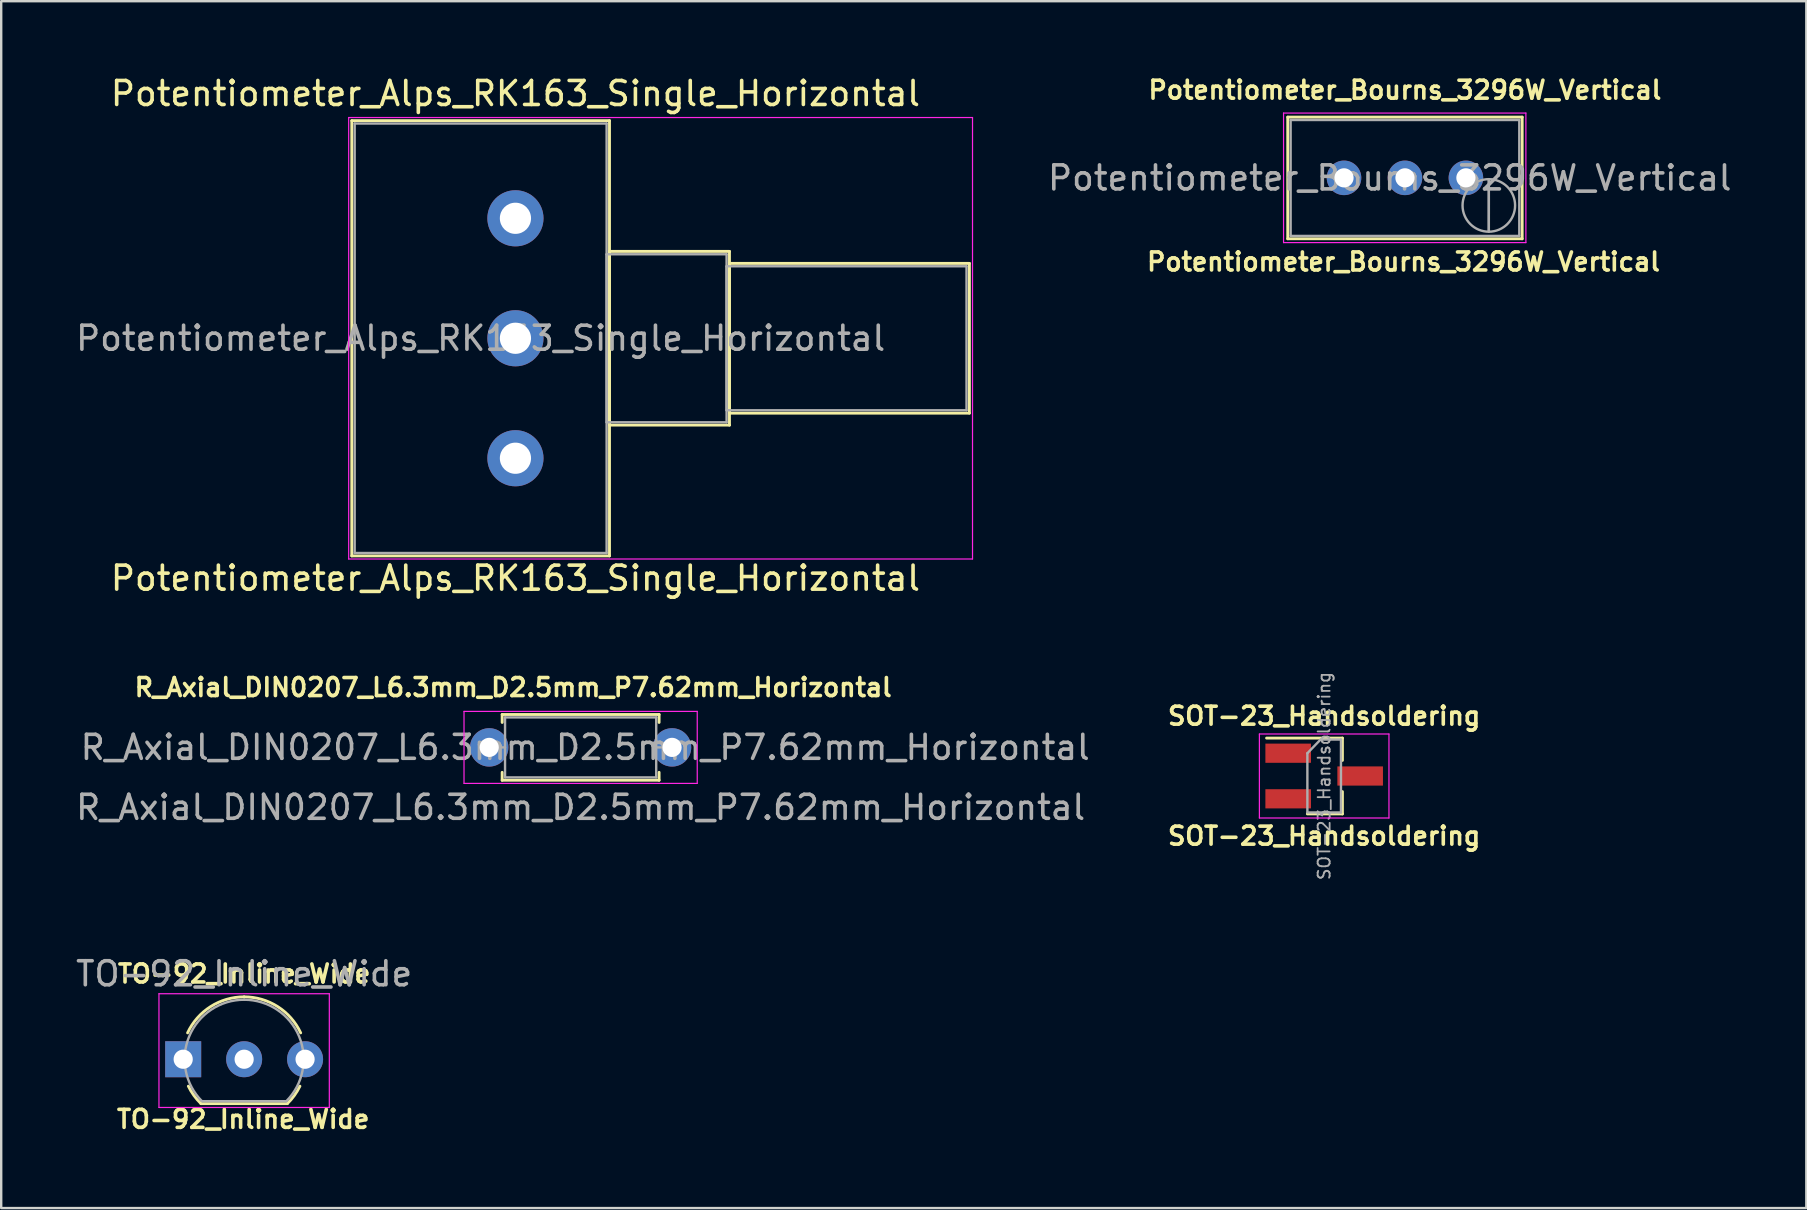
<source format=kicad_pcb>
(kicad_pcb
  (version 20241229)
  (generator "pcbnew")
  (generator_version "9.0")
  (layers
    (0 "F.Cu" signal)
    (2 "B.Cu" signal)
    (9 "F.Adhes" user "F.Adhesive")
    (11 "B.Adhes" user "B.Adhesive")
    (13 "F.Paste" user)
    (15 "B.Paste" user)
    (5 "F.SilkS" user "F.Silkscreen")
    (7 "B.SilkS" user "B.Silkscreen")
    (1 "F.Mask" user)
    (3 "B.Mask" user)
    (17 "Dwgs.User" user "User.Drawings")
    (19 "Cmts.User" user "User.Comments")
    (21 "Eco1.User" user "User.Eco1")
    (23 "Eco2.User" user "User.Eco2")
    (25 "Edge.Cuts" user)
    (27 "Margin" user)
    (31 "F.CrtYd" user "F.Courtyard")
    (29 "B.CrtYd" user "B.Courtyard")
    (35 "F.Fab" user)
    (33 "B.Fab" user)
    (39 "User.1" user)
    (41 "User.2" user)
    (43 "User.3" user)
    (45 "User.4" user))
  (footprint "R_Axial_DIN0207_L6.3mm_D2.5mm_P7.62mm_Horizontal"
    (layer "F.Cu")
    (at 17.339 28.099)
    (property "Reference" "R_Axial_DIN0207_L6.3mm_D2.5mm_P7.62mm_Horizontal" (at 1 -2.5 0) (layer "F.SilkS") (effects (font (size 0.75 0.75) (thickness 0.15))))
    (property "Value" "R_Axial_DIN0207_L6.3mm_D2.5mm_P7.62mm_Horizontal" (at 7 -2.5 0) (layer "F.SilkS") (hide yes) (effects (font (size 0.75 0.75) (thickness 0.15))))
    (attr through_hole)
    (fp_line (start 0.54 -1.37) (end 7.08 -1.37) (stroke (width 0.12) (type solid)) (layer "F.SilkS"))
    (fp_line (start 0.54 -1.04) (end 0.54 -1.37) (stroke (width 0.12) (type solid)) (layer "F.SilkS"))
    (fp_line (start 0.54 1.04) (end 0.54 1.37) (stroke (width 0.12) (type solid)) (layer "F.SilkS"))
    (fp_line (start 0.54 1.37) (end 7.08 1.37) (stroke (width 0.12) (type solid)) (layer "F.SilkS"))
    (fp_line (start 7.08 -1.37) (end 7.08 -1.04) (stroke (width 0.12) (type solid)) (layer "F.SilkS"))
    (fp_line (start 7.08 1.37) (end 7.08 1.04) (stroke (width 0.12) (type solid)) (layer "F.SilkS"))
    (fp_line (start -1.05 -1.5) (end -1.05 1.5) (stroke (width 0.05) (type solid)) (layer "F.CrtYd"))
    (fp_line (start -1.05 1.5) (end 8.67 1.5) (stroke (width 0.05) (type solid)) (layer "F.CrtYd"))
    (fp_line (start 8.67 -1.5) (end -1.05 -1.5) (stroke (width 0.05) (type solid)) (layer "F.CrtYd"))
    (fp_line (start 8.67 1.5) (end 8.67 -1.5) (stroke (width 0.05) (type solid)) (layer "F.CrtYd"))
    (fp_line (start 0 0) (end 0.66 0) (stroke (width 0.1) (type solid)) (layer "F.Fab"))
    (fp_line (start 0.66 -1.25) (end 0.66 1.25) (stroke (width 0.1) (type solid)) (layer "F.Fab"))
    (fp_line (start 0.66 1.25) (end 6.96 1.25) (stroke (width 0.1) (type solid)) (layer "F.Fab"))
    (fp_line (start 6.96 -1.25) (end 0.66 -1.25) (stroke (width 0.1) (type solid)) (layer "F.Fab"))
    (fp_line (start 6.96 1.25) (end 6.96 -1.25) (stroke (width 0.1) (type solid)) (layer "F.Fab"))
    (fp_line (start 7.62 0) (end 6.96 0) (stroke (width 0.1) (type solid)) (layer "F.Fab"))
    (fp_text user "${VALUE}" (at 4 0 0) (layer "F.Fab") (effects (font (size 1 1) (thickness 0.15))))
    (fp_text user "${REFERENCE}" (at 3.81 2.5 0) (layer "F.Fab") (effects (font (size 1 1) (thickness 0.15))))
    (pad "1" thru_hole circle (at 0 0) (size 1.6 1.6) (drill 0.8) (layers "*.Cu" "*.Mask"))
    (pad "2" thru_hole oval (at 7.62 0) (size 1.6 1.6) (drill 0.8) (layers "*.Cu" "*.Mask")))
  (footprint "Potentiometer_Alps_RK163_Single_Horizontal"
    (layer "F.Cu")
    (at 18.432 16.048)
    (property "Reference" "Potentiometer_Alps_RK163_Single_Horizontal" (at 0 -15.2 0) (layer "F.SilkS") (effects (font (size 1 1) (thickness 0.15))))
    (property "Value" "Potentiometer_Alps_RK163_Single_Horizontal" (at 0 5.2 0) (layer "F.Fab") (hide yes) (effects (font (size 1 1) (thickness 0.15))))
    (attr through_hole)
    (fp_line (start -6.82 -14.07) (end -6.82 4.07) (stroke (width 0.12) (type solid)) (layer "F.SilkS"))
    (fp_line (start -6.82 -14.07) (end 3.92 -14.07) (stroke (width 0.12) (type solid)) (layer "F.SilkS"))
    (fp_line (start -6.82 4.07) (end 3.92 4.07) (stroke (width 0.12) (type solid)) (layer "F.SilkS"))
    (fp_line (start 3.92 -14.07) (end 3.92 4.07) (stroke (width 0.12) (type solid)) (layer "F.SilkS"))
    (fp_line (start 3.92 -8.62) (end 3.92 -1.38) (stroke (width 0.12) (type solid)) (layer "F.SilkS"))
    (fp_line (start 3.92 -8.62) (end 8.92 -8.62) (stroke (width 0.12) (type solid)) (layer "F.SilkS"))
    (fp_line (start 3.92 -1.38) (end 8.92 -1.38) (stroke (width 0.12) (type solid)) (layer "F.SilkS"))
    (fp_line (start 8.92 -8.62) (end 8.92 -1.38) (stroke (width 0.12) (type solid)) (layer "F.SilkS"))
    (fp_line (start 8.92 -8.12) (end 8.92 -1.879) (stroke (width 0.12) (type solid)) (layer "F.SilkS"))
    (fp_line (start 8.92 -8.12) (end 18.92 -8.12) (stroke (width 0.12) (type solid)) (layer "F.SilkS"))
    (fp_line (start 8.92 -1.879) (end 18.92 -1.879) (stroke (width 0.12) (type solid)) (layer "F.SilkS"))
    (fp_line (start 18.92 -8.12) (end 18.92 -1.879) (stroke (width 0.12) (type solid)) (layer "F.SilkS"))
    (fp_line (start -6.95 -14.2) (end -6.95 4.2) (stroke (width 0.05) (type solid)) (layer "F.CrtYd"))
    (fp_line (start -6.95 4.2) (end 19.05 4.2) (stroke (width 0.05) (type solid)) (layer "F.CrtYd"))
    (fp_line (start 19.05 -14.2) (end -6.95 -14.2) (stroke (width 0.05) (type solid)) (layer "F.CrtYd"))
    (fp_line (start 19.05 4.2) (end 19.05 -14.2) (stroke (width 0.05) (type solid)) (layer "F.CrtYd"))
    (fp_line (start -6.7 -13.95) (end -6.7 3.95) (stroke (width 0.1) (type solid)) (layer "F.Fab"))
    (fp_line (start -6.7 3.95) (end 3.8 3.95) (stroke (width 0.1) (type solid)) (layer "F.Fab"))
    (fp_line (start 3.8 -13.95) (end -6.7 -13.95) (stroke (width 0.1) (type solid)) (layer "F.Fab"))
    (fp_line (start 3.8 -8.5) (end 3.8 -1.5) (stroke (width 0.1) (type solid)) (layer "F.Fab"))
    (fp_line (start 3.8 -1.5) (end 8.8 -1.5) (stroke (width 0.1) (type solid)) (layer "F.Fab"))
    (fp_line (start 3.8 3.95) (end 3.8 -13.95) (stroke (width 0.1) (type solid)) (layer "F.Fab"))
    (fp_line (start 8.8 -8.5) (end 3.8 -8.5) (stroke (width 0.1) (type solid)) (layer "F.Fab"))
    (fp_line (start 8.8 -8) (end 8.8 -2) (stroke (width 0.1) (type solid)) (layer "F.Fab"))
    (fp_line (start 8.8 -2) (end 18.8 -2) (stroke (width 0.1) (type solid)) (layer "F.Fab"))
    (fp_line (start 8.8 -1.5) (end 8.8 -8.5) (stroke (width 0.1) (type solid)) (layer "F.Fab"))
    (fp_line (start 18.8 -8) (end 8.8 -8) (stroke (width 0.1) (type solid)) (layer "F.Fab"))
    (fp_line (start 18.8 -2) (end 18.8 -8) (stroke (width 0.1) (type solid)) (layer "F.Fab"))
    (fp_text user "${VALUE}" (at 0 5 0) (layer "F.SilkS") (effects (font (size 1 1) (thickness 0.15))))
    (fp_text user "${REFERENCE}" (at -1.45 -5 0) (layer "F.Fab") (effects (font (size 1 1) (thickness 0.15))))
    (pad "1" thru_hole circle (at 0 0) (size 2.34 2.34) (drill 1.3) (layers "*.Cu" "*.Mask"))
    (pad "2" thru_hole circle (at 0 -5) (size 2.34 2.34) (drill 1.3) (layers "*.Cu" "*.Mask"))
    (pad "3" thru_hole circle (at 0 -10) (size 2.34 2.34) (drill 1.3) (layers "*.Cu" "*.Mask")))
  (footprint "Potentiometer_Bourns_3296W_Vertical"
    (layer "F.Cu")
    (at 55.505 4.362)
    (property "Reference" "Potentiometer_Bourns_3296W_Vertical" (at 0 -3.66 0) (layer "F.SilkS") (effects (font (size 0.75 0.75) (thickness 0.15))))
    (property "Value" "Potentiometer_Bourns_3296W_Vertical" (at 0 3.67 0) (layer "F.Fab") (hide yes) (effects (font (size 1 1) (thickness 0.15))))
    (attr through_hole)
    (fp_line (start -4.885 -2.53) (end -4.885 2.54) (stroke (width 0.12) (type solid)) (layer "F.SilkS"))
    (fp_line (start -4.885 -2.53) (end 4.885 -2.53) (stroke (width 0.12) (type solid)) (layer "F.SilkS"))
    (fp_line (start -4.885 2.54) (end 4.885 2.54) (stroke (width 0.12) (type solid)) (layer "F.SilkS"))
    (fp_line (start 4.885 -2.53) (end 4.885 2.54) (stroke (width 0.12) (type solid)) (layer "F.SilkS"))
    (fp_line (start -5.06 -2.7) (end -5.06 2.7) (stroke (width 0.05) (type solid)) (layer "F.CrtYd"))
    (fp_line (start -5.06 2.7) (end 5.04 2.7) (stroke (width 0.05) (type solid)) (layer "F.CrtYd"))
    (fp_line (start 5.04 -2.7) (end -5.06 -2.7) (stroke (width 0.05) (type solid)) (layer "F.CrtYd"))
    (fp_line (start 5.04 2.7) (end 5.04 -2.7) (stroke (width 0.05) (type solid)) (layer "F.CrtYd"))
    (fp_line (start -4.765 -2.41) (end -4.765 2.42) (stroke (width 0.1) (type solid)) (layer "F.Fab"))
    (fp_line (start -4.765 2.42) (end 4.765 2.42) (stroke (width 0.1) (type solid)) (layer "F.Fab"))
    (fp_line (start 3.495 2.235) (end 3.496 0.066) (stroke (width 0.1) (type solid)) (layer "F.Fab"))
    (fp_line (start 3.495 2.235) (end 3.496 0.066) (stroke (width 0.1) (type solid)) (layer "F.Fab"))
    (fp_line (start 4.765 -2.41) (end -4.765 -2.41) (stroke (width 0.1) (type solid)) (layer "F.Fab"))
    (fp_line (start 4.765 2.42) (end 4.765 -2.41) (stroke (width 0.1) (type solid)) (layer "F.Fab"))
    (fp_circle (center 3.495 1.15) (end 4.59 1.15) (stroke (width 0.1) (type solid)) (fill no) (layer "F.Fab"))
    (fp_text user "${VALUE}" (at -0.06 3.5 0) (layer "F.SilkS") (effects (font (size 0.75 0.75) (thickness 0.15))))
    (fp_text user "${REFERENCE}" (at -0.635 0.005 0) (layer "F.Fab") (effects (font (size 1 1) (thickness 0.15))))
    (pad "1" thru_hole circle (at 2.54 0) (size 1.44 1.44) (drill 0.8) (layers "*.Cu" "*.Mask"))
    (pad "2" thru_hole circle (at 0 0) (size 1.44 1.44) (drill 0.8) (layers "*.Cu" "*.Mask"))
    (pad "3" thru_hole circle (at -2.54 0) (size 1.44 1.44) (drill 0.8) (layers "*.Cu" "*.Mask")))
  (footprint "SOT-23_Handsoldering"
    (layer "F.Cu")
    (at 52.138 29.292)
    (property "Reference" "SOT-23_Handsoldering" (at 0 -2.5 0) (layer "F.SilkS") (effects (font (size 0.75 0.75) (thickness 0.15))))
    (property "Value" "SOT-23_Handsoldering" (at 0 2.5 0) (layer "F.Fab") (hide yes) (effects (font (size 1 1) (thickness 0.15))))
    (attr smd)
    (fp_line (start 0.76 -1.58) (end -2.4 -1.58) (stroke (width 0.12) (type solid)) (layer "F.SilkS"))
    (fp_line (start 0.76 -1.58) (end 0.76 -0.65) (stroke (width 0.12) (type solid)) (layer "F.SilkS"))
    (fp_line (start 0.76 1.58) (end -0.7 1.58) (stroke (width 0.12) (type solid)) (layer "F.SilkS"))
    (fp_line (start 0.76 1.58) (end 0.76 0.65) (stroke (width 0.12) (type solid)) (layer "F.SilkS"))
    (fp_line (start -2.7 -1.75) (end 2.7 -1.75) (stroke (width 0.05) (type solid)) (layer "F.CrtYd"))
    (fp_line (start -2.7 1.75) (end -2.7 -1.75) (stroke (width 0.05) (type solid)) (layer "F.CrtYd"))
    (fp_line (start 2.7 -1.75) (end 2.7 1.75) (stroke (width 0.05) (type solid)) (layer "F.CrtYd"))
    (fp_line (start 2.7 1.75) (end -2.7 1.75) (stroke (width 0.05) (type solid)) (layer "F.CrtYd"))
    (fp_line (start -0.7 -0.95) (end -0.7 1.5) (stroke (width 0.1) (type solid)) (layer "F.Fab"))
    (fp_line (start -0.7 -0.95) (end -0.15 -1.52) (stroke (width 0.1) (type solid)) (layer "F.Fab"))
    (fp_line (start -0.7 1.52) (end 0.7 1.52) (stroke (width 0.1) (type solid)) (layer "F.Fab"))
    (fp_line (start -0.15 -1.52) (end 0.7 -1.52) (stroke (width 0.1) (type solid)) (layer "F.Fab"))
    (fp_line (start 0.7 -1.52) (end 0.7 1.52) (stroke (width 0.1) (type solid)) (layer "F.Fab"))
    (fp_text user "${VALUE}" (at 0 2.5 0) (layer "F.SilkS") (effects (font (size 0.75 0.75) (thickness 0.15))))
    (fp_text user "${REFERENCE}" (at 0 0 90) (layer "F.Fab") (effects (font (size 0.5 0.5) (thickness 0.075))))
    (pad "1" smd rect (at -1.5 -0.95) (size 1.9 0.8) (layers "F.Cu" "F.Mask" "F.Paste"))
    (pad "2" smd rect (at -1.5 0.95) (size 1.9 0.8) (layers "F.Cu" "F.Mask" "F.Paste"))
    (pad "3" smd rect (at 1.5 0) (size 1.9 0.8) (layers "F.Cu" "F.Mask" "F.Paste")))
  (footprint "TO-92_Inline_Wide"
    (layer "F.Cu")
    (at 4.585 41.096)
    (property "Reference" "TO-92_Inline_Wide" (at 2.54 -3.56 0) (layer "F.SilkS") (effects (font (size 0.75 0.75) (thickness 0.15))))
    (property "Value" "TO-92_Inline_Wide" (at 2.54 2.79 0) (layer "F.Fab") (hide yes) (effects (font (size 1 1) (thickness 0.15))))
    (attr through_hole)
    (fp_line (start 0.74 1.85) (end 4.34 1.85) (stroke (width 0.12) (type solid)) (layer "F.SilkS"))
    (fp_arc (start 0.1836 -1.098807) (mid 1.143021 -2.192817) (end 2.54 -2.6) (stroke (width 0.12) (type solid)) (layer "F.SilkS"))
    (fp_arc (start 0.74 1.85) (mid 0.446097 1.509328) (end 0.215816 1.122795) (stroke (width 0.12) (type solid)) (layer "F.SilkS"))
    (fp_arc (start 2.54 -2.6) (mid 3.936979 -2.192818) (end 4.8964 -1.098807) (stroke (width 0.12) (type solid)) (layer "F.SilkS"))
    (fp_arc (start 4.864184 1.122795) (mid 4.633903 1.509328) (end 4.34 1.85) (stroke (width 0.12) (type solid)) (layer "F.SilkS"))
    (fp_line (start -1.01 -2.73) (end -1.01 2.01) (stroke (width 0.05) (type solid)) (layer "F.CrtYd"))
    (fp_line (start -1.01 -2.73) (end 6.09 -2.73) (stroke (width 0.05) (type solid)) (layer "F.CrtYd"))
    (fp_line (start 6.09 2.01) (end -1.01 2.01) (stroke (width 0.05) (type solid)) (layer "F.CrtYd"))
    (fp_line (start 6.09 2.01) (end 6.09 -2.73) (stroke (width 0.05) (type solid)) (layer "F.CrtYd"))
    (fp_line (start 0.8 1.75) (end 4.3 1.75) (stroke (width 0.1) (type solid)) (layer "F.Fab"))
    (fp_arc (start 0.786375 1.753625) (mid 0.248779 -0.949055) (end 2.54 -2.48) (stroke (width 0.1) (type solid)) (layer "F.Fab"))
    (fp_arc (start 2.54 -2.48) (mid 4.831221 -0.949055) (end 4.293625 1.753625) (stroke (width 0.1) (type solid)) (layer "F.Fab"))
    (fp_text user "${VALUE}" (at 2.5 2.5 0) (layer "F.SilkS") (effects (font (size 0.75 0.75) (thickness 0.15))))
    (fp_text user "${REFERENCE}" (at 2.54 -3.56 0) (layer "F.Fab") (effects (font (size 1 1) (thickness 0.15))))
    (pad "1" thru_hole rect (at 0 0 90) (size 1.5 1.5) (drill 0.8) (layers "*.Cu" "*.Mask"))
    (pad "2" thru_hole circle (at 2.54 0 90) (size 1.5 1.5) (drill 0.8) (layers "*.Cu" "*.Mask"))
    (pad "3" thru_hole circle (at 5.08 0 90) (size 1.5 1.5) (drill 0.8) (layers "*.Cu" "*.Mask")))
  (gr_rect
    (start -3 -3)
    (end 72.233 47.298)
    (stroke (width 0.1) (type default))
    (fill no)
    (layer "Edge.Cuts")))
</source>
